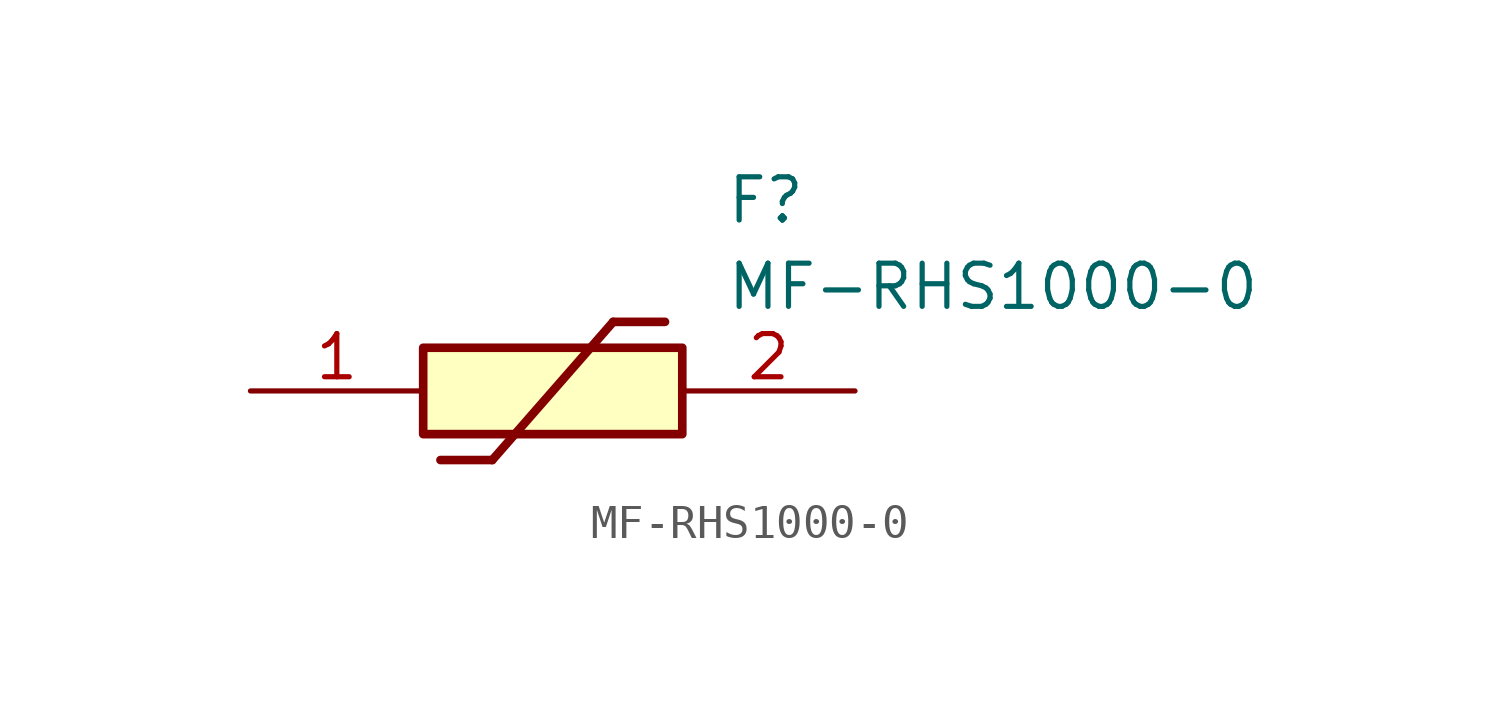
<source format=kicad_sym>
(kicad_symbol_lib
  (version 20211014)
  (generator SamacSys_ECAD_Model)
  (symbol "MF-RHS1000-0"
    (pin_names hide)
    (property "Reference" "F"
      (at 13.97 6.35 0)
      (effects (font (size 1.27 1.27)) (justify left top)))
    (property "Value" "MF-RHS1000-0"
      (at 13.97 3.81 0)
      (effects (font (size 1.27 1.27)) (justify left top)))
    (rectangle
      (start 5.08 1.27)
      (end 12.7 -1.27)
      (stroke (width 0.254) (type default))
      (fill (type background)))
    (polyline
      (pts (xy 5.588 -2.032) (xy 7.112 -2.032))
      (stroke (width 0.254) (type default))
      (fill (type none)))
    (polyline
      (pts (xy 10.668 2.032) (xy 7.112 -2.032))
      (stroke (width 0.254) (type default))
      (fill (type none)))
    (polyline
      (pts (xy 10.668 2.032) (xy 12.192 2.032))
      (stroke (width 0.254) (type default))
      (fill (type none)))
    (pin passive line
      (at 0 0 0)
      (length 5.08)
      (name "1" (effects (font (size 1.27 1.27))))
      (number "1" (effects (font (size 1.27 1.27)))))
    (pin passive line
      (at 17.78 0 180)
      (length 5.08)
      (name "2" (effects (font (size 1.27 1.27))))
      (number "2" (effects (font (size 1.27 1.27)))))))
</source>
